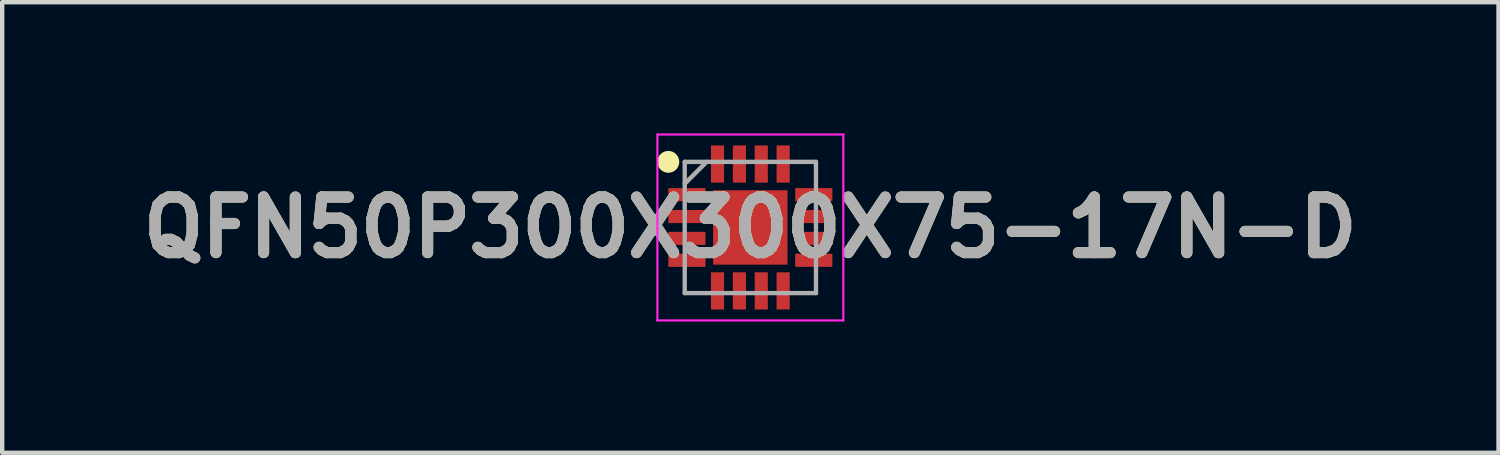
<source format=kicad_pcb>
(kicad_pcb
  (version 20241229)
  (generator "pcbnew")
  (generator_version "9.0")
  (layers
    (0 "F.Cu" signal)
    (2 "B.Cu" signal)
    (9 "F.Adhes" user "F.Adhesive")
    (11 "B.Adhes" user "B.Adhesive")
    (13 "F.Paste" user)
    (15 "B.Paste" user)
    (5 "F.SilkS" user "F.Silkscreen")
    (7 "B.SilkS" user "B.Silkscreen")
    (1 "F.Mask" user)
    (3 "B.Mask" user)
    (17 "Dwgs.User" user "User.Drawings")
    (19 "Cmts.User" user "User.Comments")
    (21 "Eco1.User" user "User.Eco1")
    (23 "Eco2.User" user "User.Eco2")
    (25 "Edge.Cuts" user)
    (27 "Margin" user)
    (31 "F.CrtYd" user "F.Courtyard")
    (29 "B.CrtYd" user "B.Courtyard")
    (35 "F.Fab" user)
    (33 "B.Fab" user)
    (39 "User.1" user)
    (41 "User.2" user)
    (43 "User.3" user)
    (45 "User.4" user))
  (footprint "QFN50P300X300X75-17N-D"
    (layer "F.Cu")
    (at 14.103 2.15)
    (property "Reference" "QFN50P300X300X75-17N-D" (at 0 0 0) (layer "F.SilkS") (effects (font (size 1.27 1.27) (thickness 0.254))))
    (attr smd)
    (fp_circle (center -1.875 -1.5) (end -1.875 -1.375) (stroke (width 0.25) (type solid)) (fill no) (layer "F.SilkS"))
    (fp_line (start -2.125 -2.125) (end 2.125 -2.125) (stroke (width 0.05) (type solid)) (layer "F.CrtYd"))
    (fp_line (start -2.125 2.125) (end -2.125 -2.125) (stroke (width 0.05) (type solid)) (layer "F.CrtYd"))
    (fp_line (start 2.125 -2.125) (end 2.125 2.125) (stroke (width 0.05) (type solid)) (layer "F.CrtYd"))
    (fp_line (start 2.125 2.125) (end -2.125 2.125) (stroke (width 0.05) (type solid)) (layer "F.CrtYd"))
    (fp_line (start -1.5 -1.5) (end 1.5 -1.5) (stroke (width 0.1) (type solid)) (layer "F.Fab"))
    (fp_line (start -1.5 -1) (end -1 -1.5) (stroke (width 0.1) (type solid)) (layer "F.Fab"))
    (fp_line (start -1.5 1.5) (end -1.5 -1.5) (stroke (width 0.1) (type solid)) (layer "F.Fab"))
    (fp_line (start 1.5 -1.5) (end 1.5 1.5) (stroke (width 0.1) (type solid)) (layer "F.Fab"))
    (fp_line (start 1.5 1.5) (end -1.5 1.5) (stroke (width 0.1) (type solid)) (layer "F.Fab"))
    (fp_text user "${REFERENCE}" (at 0 0 0) (layer "F.Fab") (effects (font (size 1.27 1.27) (thickness 0.254))))
    (pad "1" smd rect (at -1.45 -0.75 90) (size 0.3 0.85) (layers "F.Cu" "F.Mask" "F.Paste"))
    (pad "2" smd rect (at -1.45 -0.25 90) (size 0.3 0.85) (layers "F.Cu" "F.Mask" "F.Paste"))
    (pad "3" smd rect (at -1.45 0.25 90) (size 0.3 0.85) (layers "F.Cu" "F.Mask" "F.Paste"))
    (pad "4" smd rect (at -1.45 0.75 90) (size 0.3 0.85) (layers "F.Cu" "F.Mask" "F.Paste"))
    (pad "5" smd rect (at -0.75 1.45) (size 0.3 0.85) (layers "F.Cu" "F.Mask" "F.Paste"))
    (pad "6" smd rect (at -0.25 1.45) (size 0.3 0.85) (layers "F.Cu" "F.Mask" "F.Paste"))
    (pad "7" smd rect (at 0.25 1.45) (size 0.3 0.85) (layers "F.Cu" "F.Mask" "F.Paste"))
    (pad "8" smd rect (at 0.75 1.45) (size 0.3 0.85) (layers "F.Cu" "F.Mask" "F.Paste"))
    (pad "9" smd rect (at 1.45 0.75 90) (size 0.3 0.85) (layers "F.Cu" "F.Mask" "F.Paste"))
    (pad "10" smd rect (at 1.45 0.25 90) (size 0.3 0.85) (layers "F.Cu" "F.Mask" "F.Paste"))
    (pad "11" smd rect (at 1.45 -0.25 90) (size 0.3 0.85) (layers "F.Cu" "F.Mask" "F.Paste"))
    (pad "12" smd rect (at 1.45 -0.75 90) (size 0.3 0.85) (layers "F.Cu" "F.Mask" "F.Paste"))
    (pad "13" smd rect (at 0.75 -1.45) (size 0.3 0.85) (layers "F.Cu" "F.Mask" "F.Paste"))
    (pad "14" smd rect (at 0.25 -1.45) (size 0.3 0.85) (layers "F.Cu" "F.Mask" "F.Paste"))
    (pad "15" smd rect (at -0.25 -1.45) (size 0.3 0.85) (layers "F.Cu" "F.Mask" "F.Paste"))
    (pad "16" smd rect (at -0.75 -1.45) (size 0.3 0.85) (layers "F.Cu" "F.Mask" "F.Paste"))
    (pad "17" smd rect (at 0 0) (size 1.7 1.7) (layers "F.Cu" "F.Mask" "F.Paste")))
  (gr_rect
    (start -3 -3)
    (end 31.206 7.3)
    (stroke (width 0.1) (type default))
    (fill no)
    (layer "Edge.Cuts")))
</source>
